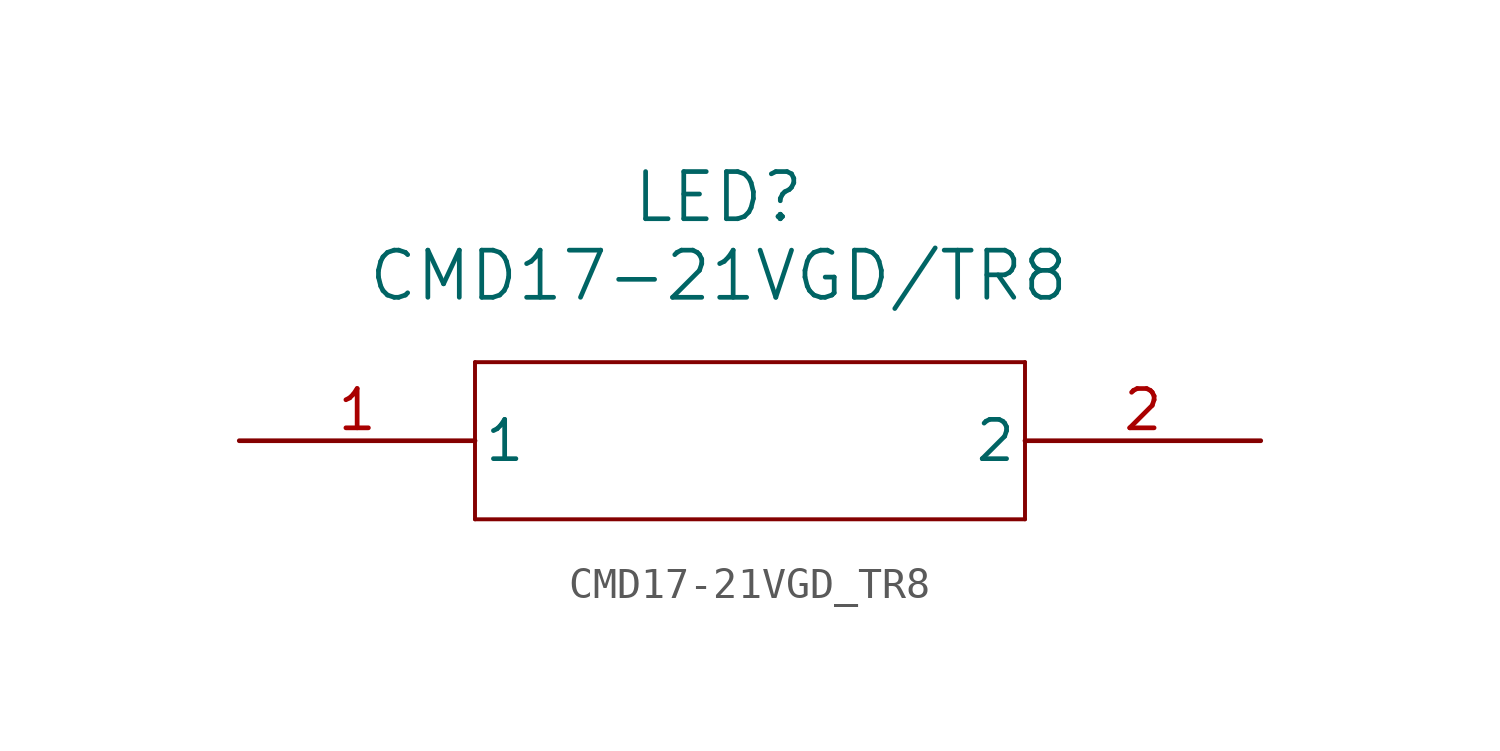
<source format=kicad_sym>
(kicad_symbol_lib
  (version 20231120)
  (generator "kicad_symbol_editor")
  (generator_version "8.0")
  (symbol "CMD17-21VGD_TR8"
    (pin_names
      (offset 0.254))
    (property "Reference" "LED"
      (at 15.494 7.874 0)
      (effects (font (size 1.524 1.524))))
    (property "Value" "CMD17-21VGD/TR8"
      (at 15.494 5.334 0)
      (effects (font (size 1.524 1.524))))
    (property "ki_locked" ""
      (at 0 0 0)
      (effects (font (size 1.27 1.27))))
    (symbol "CMD17-21VGD_TR8_0_1"
      (polyline (pts (xy 7.62 -2.54) (xy 25.4 -2.54)) (stroke (width 0.127) (type default)) (fill (type none)))
      (polyline (pts (xy 7.62 2.54) (xy 7.62 -2.54)) (stroke (width 0.127) (type default)) (fill (type none)))
      (polyline (pts (xy 25.4 -2.54) (xy 25.4 2.54)) (stroke (width 0.127) (type default)) (fill (type none)))
      (polyline (pts (xy 25.4 2.54) (xy 7.62 2.54)) (stroke (width 0.127) (type default)) (fill (type none)))
      (pin unspecified line (at 0 0 0) (length 7.62) (name "1" (effects (font (size 1.27 1.27)))) (number "1" (effects (font (size 1.27 1.27)))))
      (pin unspecified line (at 33.02 0 180) (length 7.62) (name "2" (effects (font (size 1.27 1.27)))) (number "2" (effects (font (size 1.27 1.27))))))))
</source>
